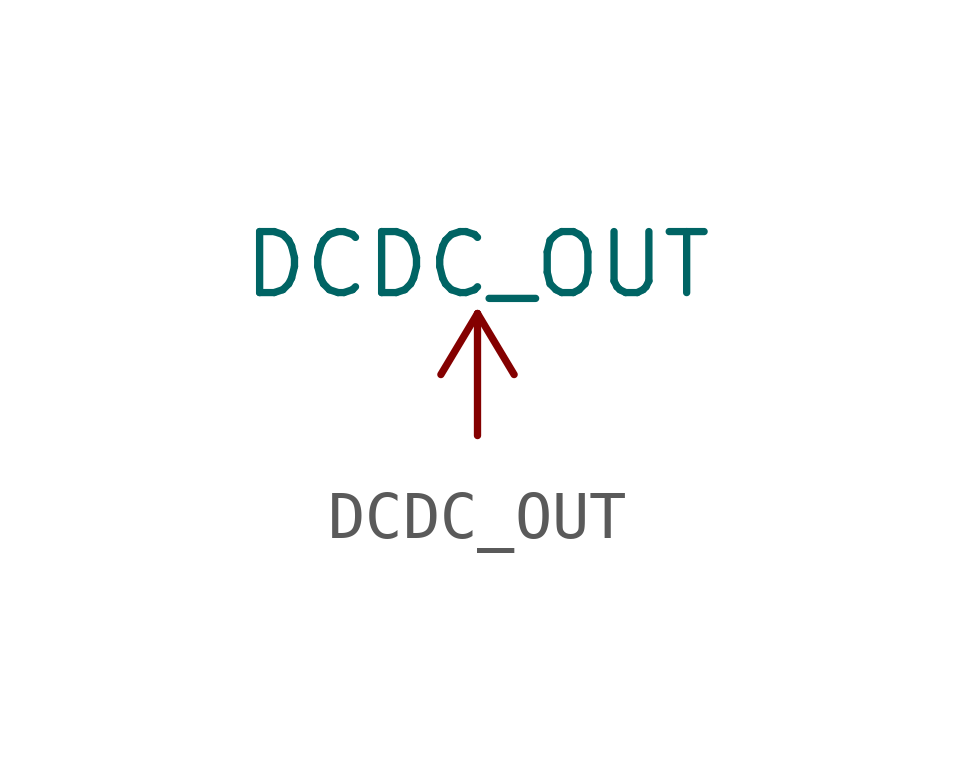
<source format=kicad_sym>
(kicad_symbol_lib
  (version 20211014)
  (generator kicad_symbol_editor)
  (symbol "DCDC_OUT"
    (power)
    (pin_names
      (offset 0))
    (property "Reference" "#PWR"
      (at 0 -3.81 0)
      (effects (font (size 1.27 1.27)) hide))
    (property "Value" "DCDC_OUT"
      (at 0 3.556 0)
      (effects (font (size 1.27 1.27))))
    (symbol "DCDC_OUT_0_1"
      (polyline (pts (xy -0.762 1.27) (xy 0 2.54)) (stroke (width 0) (type default) (color 0 0 0 0)) (fill (type none)))
      (polyline (pts (xy 0 0) (xy 0 2.54)) (stroke (width 0) (type default) (color 0 0 0 0)) (fill (type none)))
      (polyline (pts (xy 0 2.54) (xy 0.762 1.27)) (stroke (width 0) (type default) (color 0 0 0 0)) (fill (type none))))
    (symbol "DCDC_OUT_1_1"
      (pin power_in line (at 0 0 90) (length 0) hide (name "DCDC_OUT" (effects (font (size 1.27 1.27)))) (number "1" (effects (font (size 1.27 1.27))))))))
</source>
